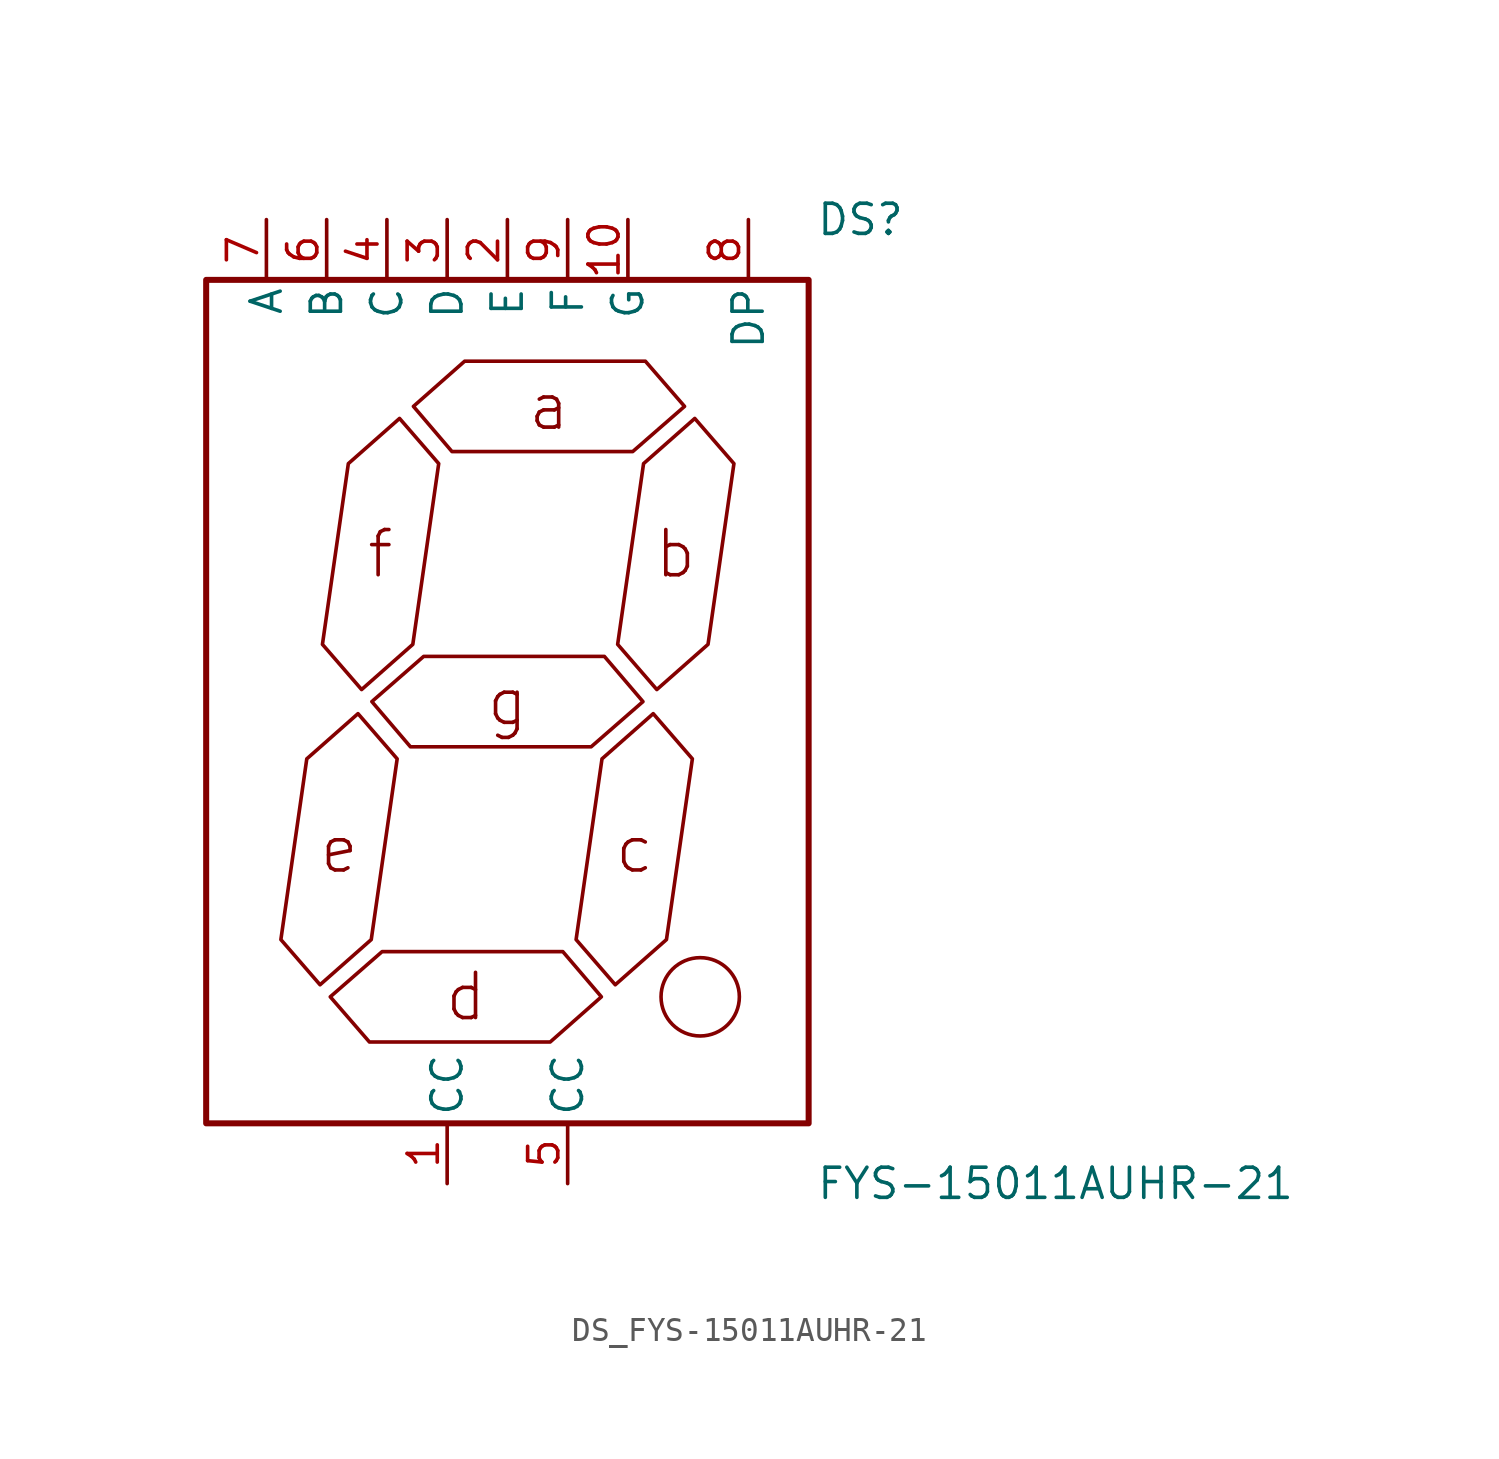
<source format=kicad_sym>
(kicad_symbol_lib
  (version 20231120)
  (generator kicad_symbol_editor)
  (generator_version 8.0)
  (symbol "DS_FYS-15011AUHR-21"
    (pin_names
      (offset 0.254))
    (property "Reference" "DS"
      (at 13 20.32 0)
      (effects (font (size 1.27 1.27)) (justify left)))
    (property "Value" "FYS-15011AUHR-21"
      (at 13 -20.32 0)
      (effects (font (size 1.27 1.27)) (justify left)))
    (symbol "DS_FYS-15011AUHR-21_0_0"
      (pin passive line (at -2.54 -20.32 90) (length 2.54) (name "CC" (effects (font (size 1.27 1.27)))) (number "1" (effects (font (size 1.27 1.27)))))
      (pin passive line (at 2.54 -20.32 90) (length 2.54) (name "CC" (effects (font (size 1.27 1.27)))) (number "5" (effects (font (size 1.27 1.27)))))
      (pin passive line (at -10.16 20.32 270) (length 2.54) (name "A" (effects (font (size 1.27 1.27)))) (number "7" (effects (font (size 1.27 1.27)))))
      (pin passive line (at -7.62 20.32 270) (length 2.54) (name "B" (effects (font (size 1.27 1.27)))) (number "6" (effects (font (size 1.27 1.27)))))
      (pin passive line (at -5.08 20.32 270) (length 2.54) (name "C" (effects (font (size 1.27 1.27)))) (number "4" (effects (font (size 1.27 1.27)))))
      (pin passive line (at -2.54 20.32 270) (length 2.54) (name "D" (effects (font (size 1.27 1.27)))) (number "3" (effects (font (size 1.27 1.27)))))
      (pin passive line (at -0.0 20.32 270) (length 2.54) (name "E" (effects (font (size 1.27 1.27)))) (number "2" (effects (font (size 1.27 1.27)))))
      (pin passive line (at 2.54 20.32 270) (length 2.54) (name "F" (effects (font (size 1.27 1.27)))) (number "9" (effects (font (size 1.27 1.27)))))
      (pin passive line (at 5.08 20.32 270) (length 2.54) (name "G" (effects (font (size 1.27 1.27)))) (number "10" (effects (font (size 1.27 1.27)))))
      (pin passive line (at 10.16 20.32 270) (length 2.54) (name "DP" (effects (font (size 1.27 1.27)))) (number "8" (effects (font (size 1.27 1.27))))))
    (symbol "DS_FYS-15011AUHR-21_1_0"
      (rectangle (start -12.7 17.78) (end 12.7 -17.78) (stroke (width 0.254) (type solid)) (fill (type none)))
      (polyline (pts (xy -7.899 -11.938) (xy -5.74 -10.033) (xy -4.648 -2.413) (xy -6.299 -0.508) (xy -8.458 -2.413) (xy -9.55 -10.033) (xy -7.899 -11.938)) (stroke (width 0) (type default)) (fill (type none)))
      (polyline (pts (xy -7.468 -12.446) (xy -5.283 -10.541) (xy 2.337 -10.541) (xy 3.962 -12.446) (xy 1.803 -14.351) (xy -5.817 -14.351) (xy -7.468 -12.446)) (stroke (width 0) (type default)) (fill (type none)))
      (polyline (pts (xy -6.147 0.508) (xy -3.988 2.413) (xy -2.896 10.033) (xy -4.547 11.938) (xy -6.706 10.033) (xy -7.798 2.413) (xy -6.147 0.508)) (stroke (width 0) (type default)) (fill (type none)))
      (polyline (pts (xy -5.715 0) (xy -3.531 1.905) (xy 4.089 1.905) (xy 5.715 0) (xy 3.531 -1.905) (xy -4.089 -1.905) (xy -5.715 0)) (stroke (width 0) (type default)) (fill (type none)))
      (polyline (pts (xy -3.962 12.446) (xy -1.803 14.351) (xy 5.817 14.351) (xy 7.468 12.446) (xy 5.283 10.541) (xy -2.337 10.541) (xy -3.962 12.446)) (stroke (width 0) (type default)) (fill (type none)))
      (polyline (pts (xy 4.547 -11.938) (xy 6.706 -10.033) (xy 7.798 -2.413) (xy 6.147 -0.508) (xy 3.988 -2.413) (xy 2.896 -10.033) (xy 4.547 -11.938)) (stroke (width 0) (type default)) (fill (type none)))
      (polyline (pts (xy 6.299 0.508) (xy 8.458 2.413) (xy 9.55 10.033) (xy 7.899 11.938) (xy 5.74 10.033) (xy 4.648 2.413) (xy 6.299 0.508)) (stroke (width 0) (type default)) (fill (type none)))
      (circle (center 8.128 -12.446) (radius 1.651) (stroke (width 0) (type default)) (fill (type none)))
      (text "e" (at -7.087 -6.223 0) (effects (font (size 1.905 1.905))))
      (text "f" (at -5.359 6.223 0) (effects (font (size 1.905 1.905))))
      (text "d" (at -1.753 -12.446 0) (effects (font (size 1.905 1.905))))
      (text "g" (at 0 0 0) (effects (font (size 1.905 1.905))))
      (text "a" (at 1.753 12.446 0) (effects (font (size 1.905 1.905))))
      (text "c" (at 5.359 -6.223 0) (effects (font (size 1.905 1.905))))
      (text "b" (at 7.087 6.223 0) (effects (font (size 1.905 1.905)))))))
</source>
